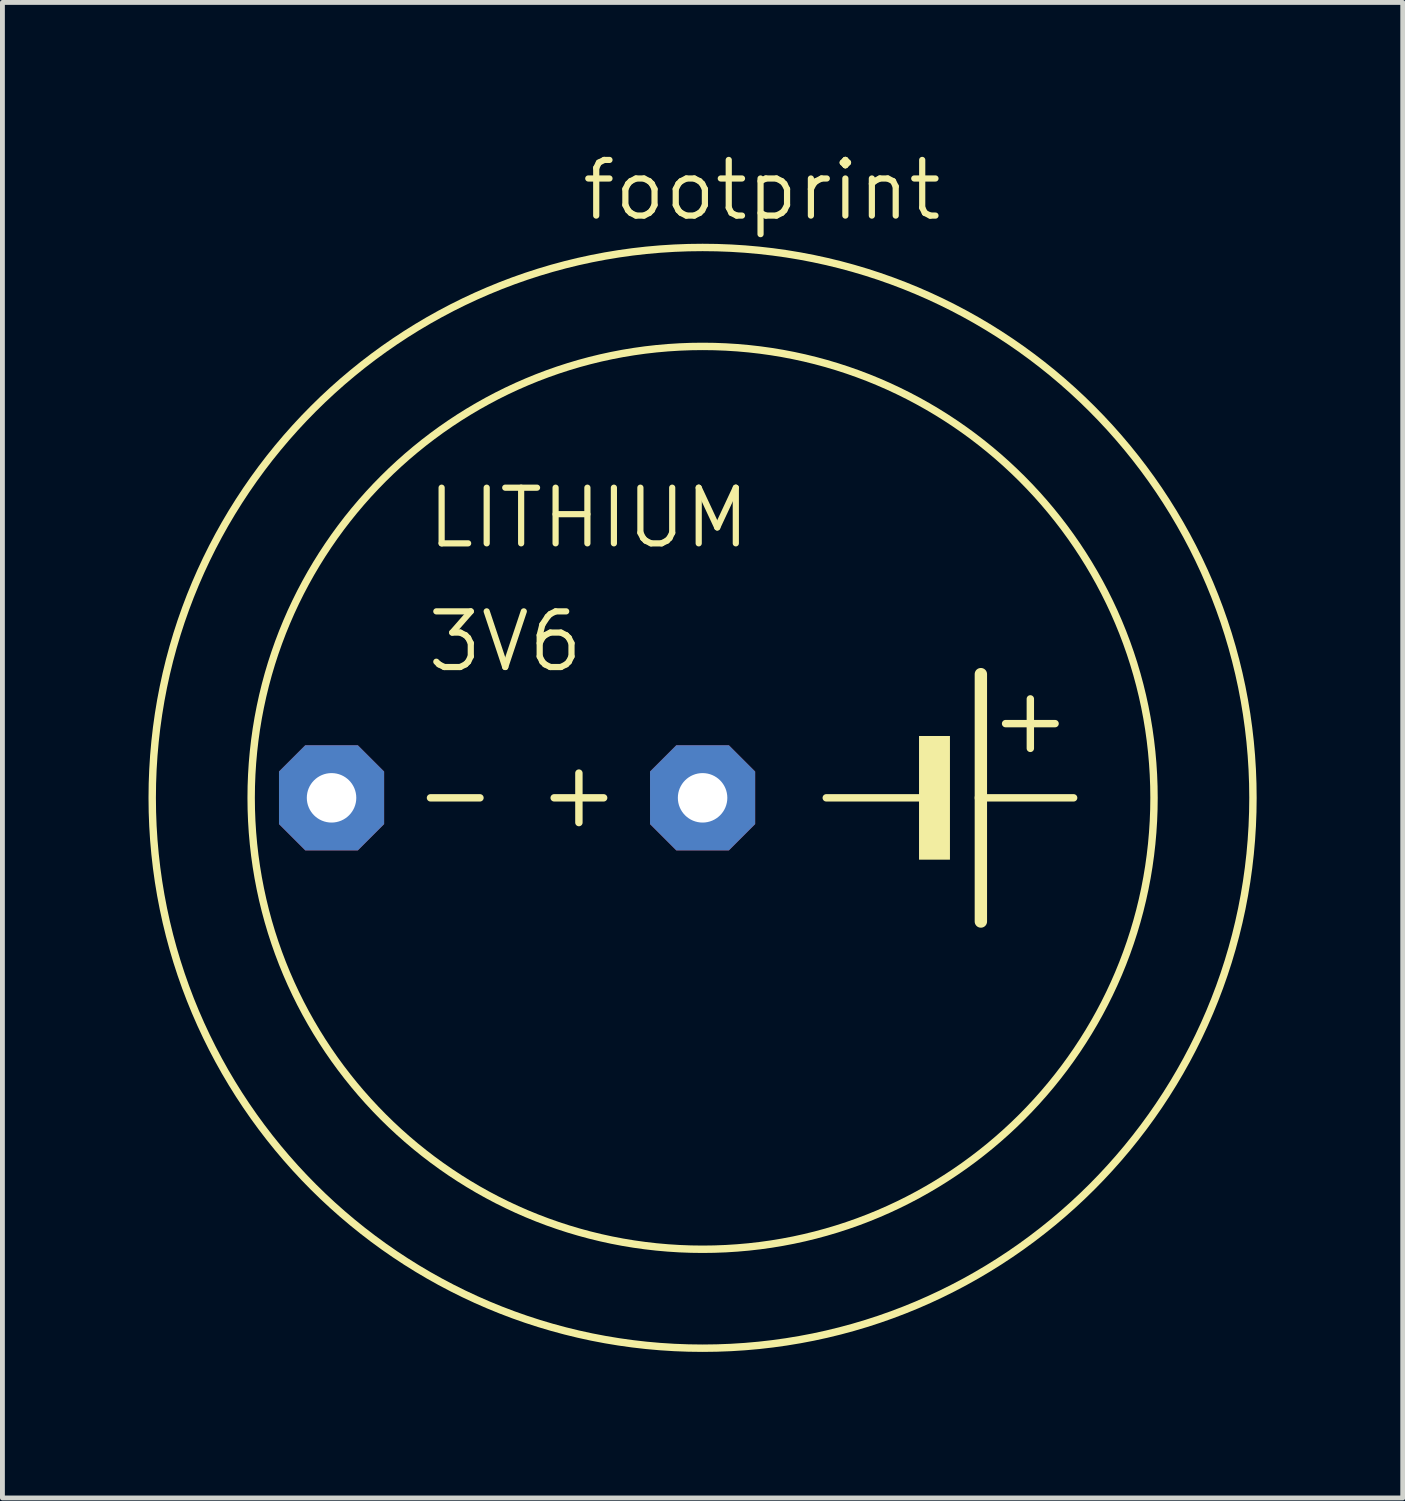
<source format=kicad_pcb>
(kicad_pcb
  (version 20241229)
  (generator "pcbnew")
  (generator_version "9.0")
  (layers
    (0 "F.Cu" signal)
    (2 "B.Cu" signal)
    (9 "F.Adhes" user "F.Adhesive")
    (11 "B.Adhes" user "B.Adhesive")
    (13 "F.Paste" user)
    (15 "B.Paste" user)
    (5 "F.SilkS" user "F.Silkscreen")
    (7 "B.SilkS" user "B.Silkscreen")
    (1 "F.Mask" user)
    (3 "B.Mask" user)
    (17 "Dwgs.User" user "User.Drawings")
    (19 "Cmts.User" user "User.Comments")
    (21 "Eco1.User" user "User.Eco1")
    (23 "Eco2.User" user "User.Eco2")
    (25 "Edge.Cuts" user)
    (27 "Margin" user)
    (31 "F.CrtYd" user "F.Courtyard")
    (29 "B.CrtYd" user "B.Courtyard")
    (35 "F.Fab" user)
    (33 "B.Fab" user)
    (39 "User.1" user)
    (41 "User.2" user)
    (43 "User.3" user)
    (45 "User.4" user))
  (footprint "footprint"
    (layer "F.Cu")
    (at 11.379 13.335)
    (property "Reference" "footprint" (at -2.54 -11.811 0) (layer "F.SilkS") (effects (font (size 1.143 1.143) (thickness 0.127)) (justify left bottom)))
    (fp_line (start -5.588 0) (end -4.572 0) (stroke (width 0.152) (type solid)) (layer "F.SilkS"))
    (fp_line (start -3.048 0) (end -2.032 0) (stroke (width 0.152) (type solid)) (layer "F.SilkS"))
    (fp_line (start -2.54 0.508) (end -2.54 -0.508) (stroke (width 0.152) (type solid)) (layer "F.SilkS"))
    (fp_line (start 2.54 0) (end 4.445 0) (stroke (width 0.152) (type solid)) (layer "F.SilkS"))
    (fp_line (start 5.715 -2.54) (end 5.715 0) (stroke (width 0.254) (type solid)) (layer "F.SilkS"))
    (fp_line (start 5.715 0) (end 5.715 2.54) (stroke (width 0.254) (type solid)) (layer "F.SilkS"))
    (fp_line (start 5.715 0) (end 7.62 0) (stroke (width 0.152) (type solid)) (layer "F.SilkS"))
    (fp_line (start 6.223 -1.524) (end 7.239 -1.524) (stroke (width 0.152) (type solid)) (layer "F.SilkS"))
    (fp_line (start 6.731 -2.032) (end 6.731 -1.016) (stroke (width 0.152) (type solid)) (layer "F.SilkS"))
    (fp_circle (center 0 0) (end 9.271 0) (stroke (width 0.152) (type solid)) (fill no) (layer "F.SilkS"))
    (fp_circle (center 0 0) (end 11.303 0) (stroke (width 0.152) (type solid)) (fill no) (layer "F.SilkS"))
    (fp_poly (pts (xy 4.445 1.27) (xy 5.08 1.27) (xy 5.08 -1.27) (xy 4.445 -1.27)) (stroke (width 0) (type solid)) (fill yes) (layer "F.SilkS"))
    (fp_text user "LITHIUM" (at -5.715 -5.08 0) (layer "F.SilkS") (effects (font (size 1.143 1.143) (thickness 0.127)) (justify left bottom)))
    (fp_text user "3V6" (at -5.715 -2.54 0) (layer "F.SilkS") (effects (font (size 1.143 1.143) (thickness 0.127)) (justify left bottom)))
    (pad "+" thru_hole roundrect (at 0 0) (size 2.159 2.159) (drill 1.016) (layers "*.Cu" "*.Mask") (roundrect_rratio 0.25) (chamfer_ratio 0.25) (chamfer top_left top_right bottom_left bottom_right))
    (pad "-" thru_hole roundrect (at -7.62 0) (size 2.159 2.159) (drill 1.016) (layers "*.Cu" "*.Mask") (roundrect_rratio 0.25) (chamfer_ratio 0.25) (chamfer top_left top_right bottom_left bottom_right)))
  (gr_rect
    (start -3 -3)
    (end 25.758 27.714)
    (stroke (width 0.1) (type default))
    (fill no)
    (layer "Edge.Cuts")))
</source>
